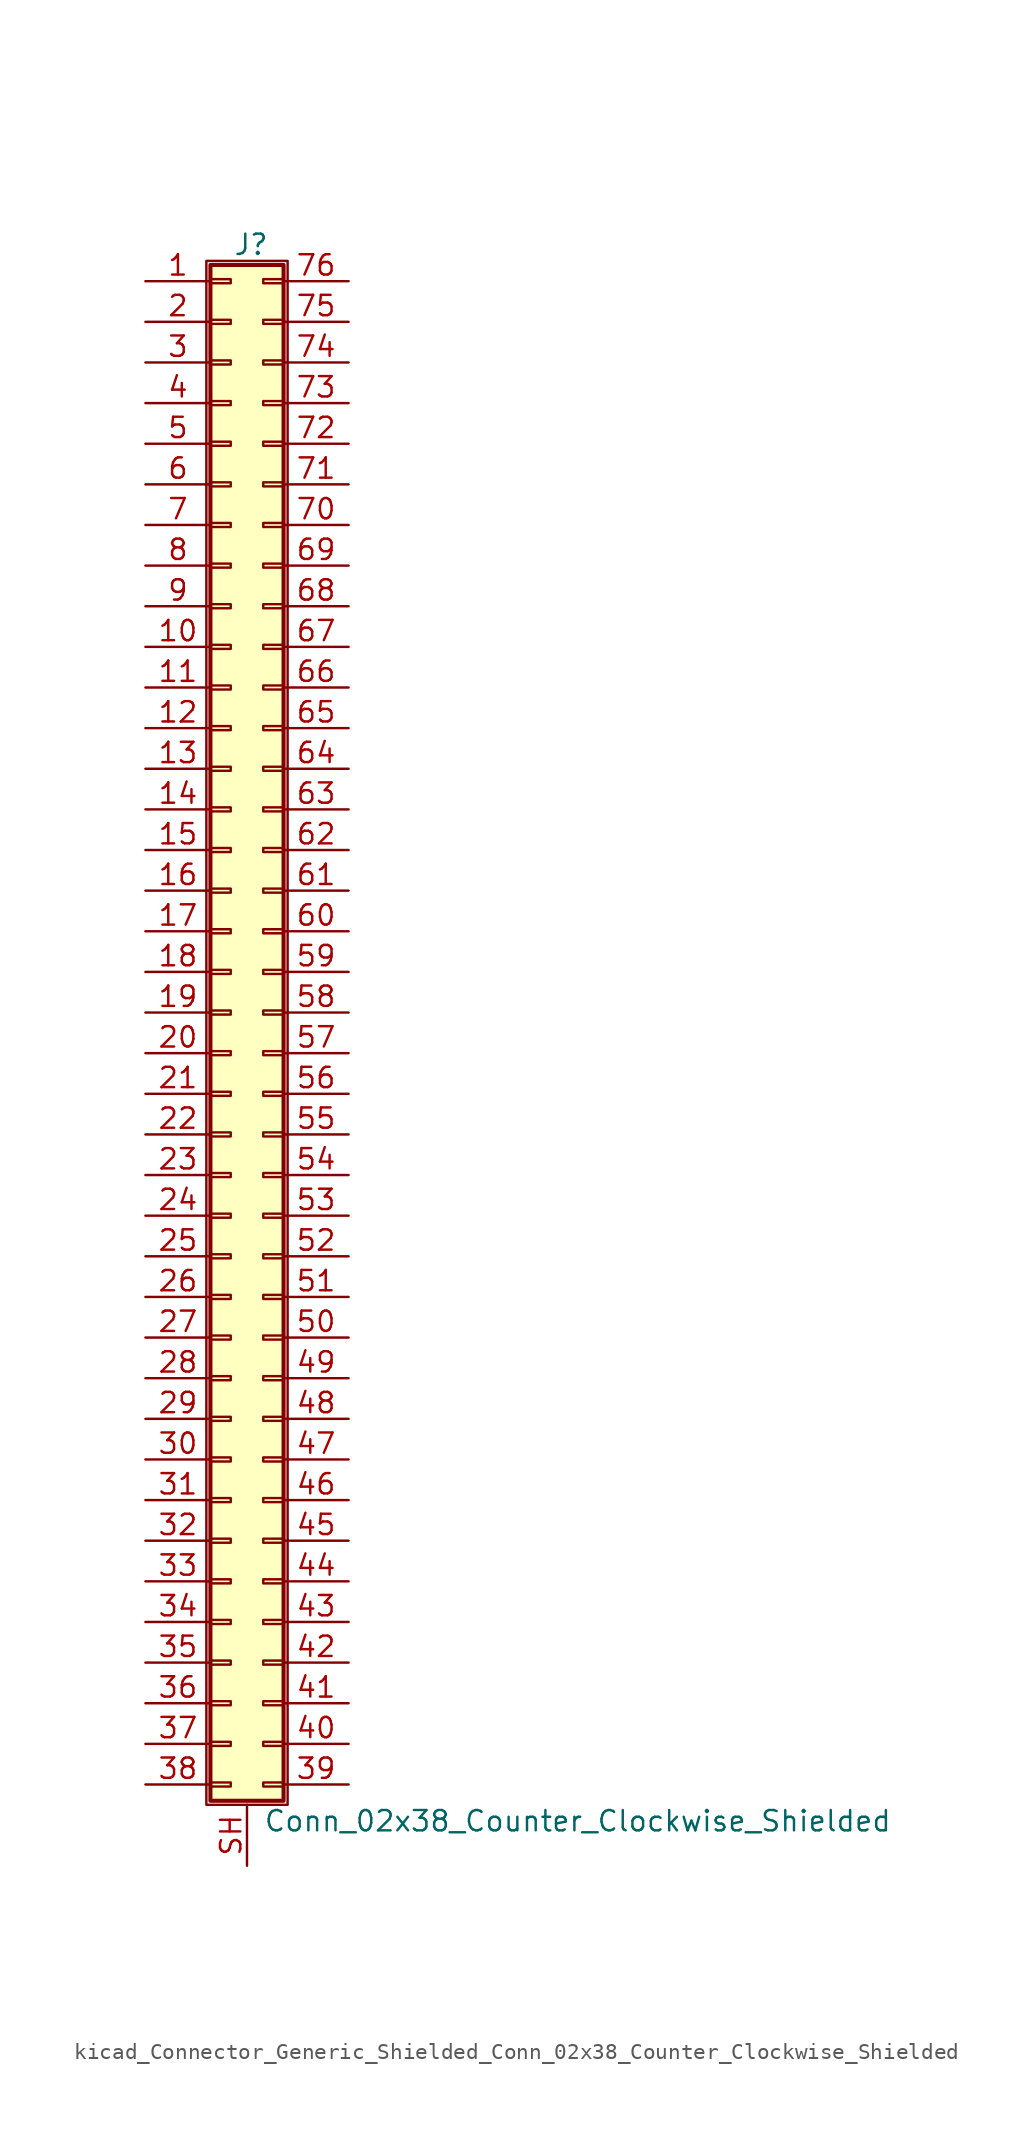
<source format=kicad_sym>
(kicad_symbol_lib
  (version 20220914)
  (generator kicad_symbol_editor)
  (symbol "kicad_Connector_Generic_Shielded_Conn_02x38_Counter_Clockwise_Shielded"
    (pin_names
      (offset 1.016) hide)
    (property "Reference" "J"
      (at 1.524 48.006 0)
      (effects (font (size 1.27 1.27))))
    (property "Value" "Conn_02x38_Counter_Clockwise_Shielded"
      (at 2.286 -50.546 0)
      (effects (font (size 1.27 1.27)) (justify left)))
    (symbol "kicad_Connector_Generic_Shielded_Conn_02x38_Counter_Clockwise_Shielded_1_1"
      (rectangle (start -1.27 46.99) (end 3.81 -49.53) (stroke (width 0.152) (type default)) (fill (type none)))
      (rectangle (start -1.016 -48.133) (end 0.254 -48.387) (stroke (width 0.152) (type default)) (fill (type none)))
      (rectangle (start -1.016 -45.593) (end 0.254 -45.847) (stroke (width 0.152) (type default)) (fill (type none)))
      (rectangle (start -1.016 -43.053) (end 0.254 -43.307) (stroke (width 0.152) (type default)) (fill (type none)))
      (rectangle (start -1.016 -40.513) (end 0.254 -40.767) (stroke (width 0.152) (type default)) (fill (type none)))
      (rectangle (start -1.016 -37.973) (end 0.254 -38.227) (stroke (width 0.152) (type default)) (fill (type none)))
      (rectangle (start -1.016 -35.433) (end 0.254 -35.687) (stroke (width 0.152) (type default)) (fill (type none)))
      (rectangle (start -1.016 -32.893) (end 0.254 -33.147) (stroke (width 0.152) (type default)) (fill (type none)))
      (rectangle (start -1.016 -30.353) (end 0.254 -30.607) (stroke (width 0.152) (type default)) (fill (type none)))
      (rectangle (start -1.016 -27.813) (end 0.254 -28.067) (stroke (width 0.152) (type default)) (fill (type none)))
      (rectangle (start -1.016 -25.273) (end 0.254 -25.527) (stroke (width 0.152) (type default)) (fill (type none)))
      (rectangle (start -1.016 -22.733) (end 0.254 -22.987) (stroke (width 0.152) (type default)) (fill (type none)))
      (rectangle (start -1.016 -20.193) (end 0.254 -20.447) (stroke (width 0.152) (type default)) (fill (type none)))
      (rectangle (start -1.016 -17.653) (end 0.254 -17.907) (stroke (width 0.152) (type default)) (fill (type none)))
      (rectangle (start -1.016 -15.113) (end 0.254 -15.367) (stroke (width 0.152) (type default)) (fill (type none)))
      (rectangle (start -1.016 -12.573) (end 0.254 -12.827) (stroke (width 0.152) (type default)) (fill (type none)))
      (rectangle (start -1.016 -10.033) (end 0.254 -10.287) (stroke (width 0.152) (type default)) (fill (type none)))
      (rectangle (start -1.016 -7.493) (end 0.254 -7.747) (stroke (width 0.152) (type default)) (fill (type none)))
      (rectangle (start -1.016 -4.953) (end 0.254 -5.207) (stroke (width 0.152) (type default)) (fill (type none)))
      (rectangle (start -1.016 -2.413) (end 0.254 -2.667) (stroke (width 0.152) (type default)) (fill (type none)))
      (rectangle (start -1.016 0.127) (end 0.254 -0.127) (stroke (width 0.152) (type default)) (fill (type none)))
      (rectangle (start -1.016 2.667) (end 0.254 2.413) (stroke (width 0.152) (type default)) (fill (type none)))
      (rectangle (start -1.016 5.207) (end 0.254 4.953) (stroke (width 0.152) (type default)) (fill (type none)))
      (rectangle (start -1.016 7.747) (end 0.254 7.493) (stroke (width 0.152) (type default)) (fill (type none)))
      (rectangle (start -1.016 10.287) (end 0.254 10.033) (stroke (width 0.152) (type default)) (fill (type none)))
      (rectangle (start -1.016 12.827) (end 0.254 12.573) (stroke (width 0.152) (type default)) (fill (type none)))
      (rectangle (start -1.016 15.367) (end 0.254 15.113) (stroke (width 0.152) (type default)) (fill (type none)))
      (rectangle (start -1.016 17.907) (end 0.254 17.653) (stroke (width 0.152) (type default)) (fill (type none)))
      (rectangle (start -1.016 20.447) (end 0.254 20.193) (stroke (width 0.152) (type default)) (fill (type none)))
      (rectangle (start -1.016 22.987) (end 0.254 22.733) (stroke (width 0.152) (type default)) (fill (type none)))
      (rectangle (start -1.016 25.527) (end 0.254 25.273) (stroke (width 0.152) (type default)) (fill (type none)))
      (rectangle (start -1.016 28.067) (end 0.254 27.813) (stroke (width 0.152) (type default)) (fill (type none)))
      (rectangle (start -1.016 30.607) (end 0.254 30.353) (stroke (width 0.152) (type default)) (fill (type none)))
      (rectangle (start -1.016 33.147) (end 0.254 32.893) (stroke (width 0.152) (type default)) (fill (type none)))
      (rectangle (start -1.016 35.687) (end 0.254 35.433) (stroke (width 0.152) (type default)) (fill (type none)))
      (rectangle (start -1.016 38.227) (end 0.254 37.973) (stroke (width 0.152) (type default)) (fill (type none)))
      (rectangle (start -1.016 40.767) (end 0.254 40.513) (stroke (width 0.152) (type default)) (fill (type none)))
      (rectangle (start -1.016 43.307) (end 0.254 43.053) (stroke (width 0.152) (type default)) (fill (type none)))
      (rectangle (start -1.016 45.847) (end 0.254 45.593) (stroke (width 0.152) (type default)) (fill (type none)))
      (rectangle (start -1.016 46.736) (end 3.556 -49.276) (stroke (width 0.254) (type default)) (fill (type background)))
      (rectangle (start 3.556 -48.133) (end 2.286 -48.387) (stroke (width 0.152) (type default)) (fill (type none)))
      (rectangle (start 3.556 -45.593) (end 2.286 -45.847) (stroke (width 0.152) (type default)) (fill (type none)))
      (rectangle (start 3.556 -43.053) (end 2.286 -43.307) (stroke (width 0.152) (type default)) (fill (type none)))
      (rectangle (start 3.556 -40.513) (end 2.286 -40.767) (stroke (width 0.152) (type default)) (fill (type none)))
      (rectangle (start 3.556 -37.973) (end 2.286 -38.227) (stroke (width 0.152) (type default)) (fill (type none)))
      (rectangle (start 3.556 -35.433) (end 2.286 -35.687) (stroke (width 0.152) (type default)) (fill (type none)))
      (rectangle (start 3.556 -32.893) (end 2.286 -33.147) (stroke (width 0.152) (type default)) (fill (type none)))
      (rectangle (start 3.556 -30.353) (end 2.286 -30.607) (stroke (width 0.152) (type default)) (fill (type none)))
      (rectangle (start 3.556 -27.813) (end 2.286 -28.067) (stroke (width 0.152) (type default)) (fill (type none)))
      (rectangle (start 3.556 -25.273) (end 2.286 -25.527) (stroke (width 0.152) (type default)) (fill (type none)))
      (rectangle (start 3.556 -22.733) (end 2.286 -22.987) (stroke (width 0.152) (type default)) (fill (type none)))
      (rectangle (start 3.556 -20.193) (end 2.286 -20.447) (stroke (width 0.152) (type default)) (fill (type none)))
      (rectangle (start 3.556 -17.653) (end 2.286 -17.907) (stroke (width 0.152) (type default)) (fill (type none)))
      (rectangle (start 3.556 -15.113) (end 2.286 -15.367) (stroke (width 0.152) (type default)) (fill (type none)))
      (rectangle (start 3.556 -12.573) (end 2.286 -12.827) (stroke (width 0.152) (type default)) (fill (type none)))
      (rectangle (start 3.556 -10.033) (end 2.286 -10.287) (stroke (width 0.152) (type default)) (fill (type none)))
      (rectangle (start 3.556 -7.493) (end 2.286 -7.747) (stroke (width 0.152) (type default)) (fill (type none)))
      (rectangle (start 3.556 -4.953) (end 2.286 -5.207) (stroke (width 0.152) (type default)) (fill (type none)))
      (rectangle (start 3.556 -2.413) (end 2.286 -2.667) (stroke (width 0.152) (type default)) (fill (type none)))
      (rectangle (start 3.556 0.127) (end 2.286 -0.127) (stroke (width 0.152) (type default)) (fill (type none)))
      (rectangle (start 3.556 2.667) (end 2.286 2.413) (stroke (width 0.152) (type default)) (fill (type none)))
      (rectangle (start 3.556 5.207) (end 2.286 4.953) (stroke (width 0.152) (type default)) (fill (type none)))
      (rectangle (start 3.556 7.747) (end 2.286 7.493) (stroke (width 0.152) (type default)) (fill (type none)))
      (rectangle (start 3.556 10.287) (end 2.286 10.033) (stroke (width 0.152) (type default)) (fill (type none)))
      (rectangle (start 3.556 12.827) (end 2.286 12.573) (stroke (width 0.152) (type default)) (fill (type none)))
      (rectangle (start 3.556 15.367) (end 2.286 15.113) (stroke (width 0.152) (type default)) (fill (type none)))
      (rectangle (start 3.556 17.907) (end 2.286 17.653) (stroke (width 0.152) (type default)) (fill (type none)))
      (rectangle (start 3.556 20.447) (end 2.286 20.193) (stroke (width 0.152) (type default)) (fill (type none)))
      (rectangle (start 3.556 22.987) (end 2.286 22.733) (stroke (width 0.152) (type default)) (fill (type none)))
      (rectangle (start 3.556 25.527) (end 2.286 25.273) (stroke (width 0.152) (type default)) (fill (type none)))
      (rectangle (start 3.556 28.067) (end 2.286 27.813) (stroke (width 0.152) (type default)) (fill (type none)))
      (rectangle (start 3.556 30.607) (end 2.286 30.353) (stroke (width 0.152) (type default)) (fill (type none)))
      (rectangle (start 3.556 33.147) (end 2.286 32.893) (stroke (width 0.152) (type default)) (fill (type none)))
      (rectangle (start 3.556 35.687) (end 2.286 35.433) (stroke (width 0.152) (type default)) (fill (type none)))
      (rectangle (start 3.556 38.227) (end 2.286 37.973) (stroke (width 0.152) (type default)) (fill (type none)))
      (rectangle (start 3.556 40.767) (end 2.286 40.513) (stroke (width 0.152) (type default)) (fill (type none)))
      (rectangle (start 3.556 43.307) (end 2.286 43.053) (stroke (width 0.152) (type default)) (fill (type none)))
      (rectangle (start 3.556 45.847) (end 2.286 45.593) (stroke (width 0.152) (type default)) (fill (type none)))
      (pin passive line (at -5.08 45.72 0) (length 4.064) (name "Pin_1" (effects (font (size 1.27 1.27)))) (number "1" (effects (font (size 1.27 1.27)))))
      (pin passive line (at -5.08 22.86 0) (length 4.064) (name "Pin_10" (effects (font (size 1.27 1.27)))) (number "10" (effects (font (size 1.27 1.27)))))
      (pin passive line (at -5.08 20.32 0) (length 4.064) (name "Pin_11" (effects (font (size 1.27 1.27)))) (number "11" (effects (font (size 1.27 1.27)))))
      (pin passive line (at -5.08 17.78 0) (length 4.064) (name "Pin_12" (effects (font (size 1.27 1.27)))) (number "12" (effects (font (size 1.27 1.27)))))
      (pin passive line (at -5.08 15.24 0) (length 4.064) (name "Pin_13" (effects (font (size 1.27 1.27)))) (number "13" (effects (font (size 1.27 1.27)))))
      (pin passive line (at -5.08 12.7 0) (length 4.064) (name "Pin_14" (effects (font (size 1.27 1.27)))) (number "14" (effects (font (size 1.27 1.27)))))
      (pin passive line (at -5.08 10.16 0) (length 4.064) (name "Pin_15" (effects (font (size 1.27 1.27)))) (number "15" (effects (font (size 1.27 1.27)))))
      (pin passive line (at -5.08 7.62 0) (length 4.064) (name "Pin_16" (effects (font (size 1.27 1.27)))) (number "16" (effects (font (size 1.27 1.27)))))
      (pin passive line (at -5.08 5.08 0) (length 4.064) (name "Pin_17" (effects (font (size 1.27 1.27)))) (number "17" (effects (font (size 1.27 1.27)))))
      (pin passive line (at -5.08 2.54 0) (length 4.064) (name "Pin_18" (effects (font (size 1.27 1.27)))) (number "18" (effects (font (size 1.27 1.27)))))
      (pin passive line (at -5.08 0 0) (length 4.064) (name "Pin_19" (effects (font (size 1.27 1.27)))) (number "19" (effects (font (size 1.27 1.27)))))
      (pin passive line (at -5.08 43.18 0) (length 4.064) (name "Pin_2" (effects (font (size 1.27 1.27)))) (number "2" (effects (font (size 1.27 1.27)))))
      (pin passive line (at -5.08 -2.54 0) (length 4.064) (name "Pin_20" (effects (font (size 1.27 1.27)))) (number "20" (effects (font (size 1.27 1.27)))))
      (pin passive line (at -5.08 -5.08 0) (length 4.064) (name "Pin_21" (effects (font (size 1.27 1.27)))) (number "21" (effects (font (size 1.27 1.27)))))
      (pin passive line (at -5.08 -7.62 0) (length 4.064) (name "Pin_22" (effects (font (size 1.27 1.27)))) (number "22" (effects (font (size 1.27 1.27)))))
      (pin passive line (at -5.08 -10.16 0) (length 4.064) (name "Pin_23" (effects (font (size 1.27 1.27)))) (number "23" (effects (font (size 1.27 1.27)))))
      (pin passive line (at -5.08 -12.7 0) (length 4.064) (name "Pin_24" (effects (font (size 1.27 1.27)))) (number "24" (effects (font (size 1.27 1.27)))))
      (pin passive line (at -5.08 -15.24 0) (length 4.064) (name "Pin_25" (effects (font (size 1.27 1.27)))) (number "25" (effects (font (size 1.27 1.27)))))
      (pin passive line (at -5.08 -17.78 0) (length 4.064) (name "Pin_26" (effects (font (size 1.27 1.27)))) (number "26" (effects (font (size 1.27 1.27)))))
      (pin passive line (at -5.08 -20.32 0) (length 4.064) (name "Pin_27" (effects (font (size 1.27 1.27)))) (number "27" (effects (font (size 1.27 1.27)))))
      (pin passive line (at -5.08 -22.86 0) (length 4.064) (name "Pin_28" (effects (font (size 1.27 1.27)))) (number "28" (effects (font (size 1.27 1.27)))))
      (pin passive line (at -5.08 -25.4 0) (length 4.064) (name "Pin_29" (effects (font (size 1.27 1.27)))) (number "29" (effects (font (size 1.27 1.27)))))
      (pin passive line (at -5.08 40.64 0) (length 4.064) (name "Pin_3" (effects (font (size 1.27 1.27)))) (number "3" (effects (font (size 1.27 1.27)))))
      (pin passive line (at -5.08 -27.94 0) (length 4.064) (name "Pin_30" (effects (font (size 1.27 1.27)))) (number "30" (effects (font (size 1.27 1.27)))))
      (pin passive line (at -5.08 -30.48 0) (length 4.064) (name "Pin_31" (effects (font (size 1.27 1.27)))) (number "31" (effects (font (size 1.27 1.27)))))
      (pin passive line (at -5.08 -33.02 0) (length 4.064) (name "Pin_32" (effects (font (size 1.27 1.27)))) (number "32" (effects (font (size 1.27 1.27)))))
      (pin passive line (at -5.08 -35.56 0) (length 4.064) (name "Pin_33" (effects (font (size 1.27 1.27)))) (number "33" (effects (font (size 1.27 1.27)))))
      (pin passive line (at -5.08 -38.1 0) (length 4.064) (name "Pin_34" (effects (font (size 1.27 1.27)))) (number "34" (effects (font (size 1.27 1.27)))))
      (pin passive line (at -5.08 -40.64 0) (length 4.064) (name "Pin_35" (effects (font (size 1.27 1.27)))) (number "35" (effects (font (size 1.27 1.27)))))
      (pin passive line (at -5.08 -43.18 0) (length 4.064) (name "Pin_36" (effects (font (size 1.27 1.27)))) (number "36" (effects (font (size 1.27 1.27)))))
      (pin passive line (at -5.08 -45.72 0) (length 4.064) (name "Pin_37" (effects (font (size 1.27 1.27)))) (number "37" (effects (font (size 1.27 1.27)))))
      (pin passive line (at -5.08 -48.26 0) (length 4.064) (name "Pin_38" (effects (font (size 1.27 1.27)))) (number "38" (effects (font (size 1.27 1.27)))))
      (pin passive line (at 7.62 -48.26 180) (length 4.064) (name "Pin_39" (effects (font (size 1.27 1.27)))) (number "39" (effects (font (size 1.27 1.27)))))
      (pin passive line (at -5.08 38.1 0) (length 4.064) (name "Pin_4" (effects (font (size 1.27 1.27)))) (number "4" (effects (font (size 1.27 1.27)))))
      (pin passive line (at 7.62 -45.72 180) (length 4.064) (name "Pin_40" (effects (font (size 1.27 1.27)))) (number "40" (effects (font (size 1.27 1.27)))))
      (pin passive line (at 7.62 -43.18 180) (length 4.064) (name "Pin_41" (effects (font (size 1.27 1.27)))) (number "41" (effects (font (size 1.27 1.27)))))
      (pin passive line (at 7.62 -40.64 180) (length 4.064) (name "Pin_42" (effects (font (size 1.27 1.27)))) (number "42" (effects (font (size 1.27 1.27)))))
      (pin passive line (at 7.62 -38.1 180) (length 4.064) (name "Pin_43" (effects (font (size 1.27 1.27)))) (number "43" (effects (font (size 1.27 1.27)))))
      (pin passive line (at 7.62 -35.56 180) (length 4.064) (name "Pin_44" (effects (font (size 1.27 1.27)))) (number "44" (effects (font (size 1.27 1.27)))))
      (pin passive line (at 7.62 -33.02 180) (length 4.064) (name "Pin_45" (effects (font (size 1.27 1.27)))) (number "45" (effects (font (size 1.27 1.27)))))
      (pin passive line (at 7.62 -30.48 180) (length 4.064) (name "Pin_46" (effects (font (size 1.27 1.27)))) (number "46" (effects (font (size 1.27 1.27)))))
      (pin passive line (at 7.62 -27.94 180) (length 4.064) (name "Pin_47" (effects (font (size 1.27 1.27)))) (number "47" (effects (font (size 1.27 1.27)))))
      (pin passive line (at 7.62 -25.4 180) (length 4.064) (name "Pin_48" (effects (font (size 1.27 1.27)))) (number "48" (effects (font (size 1.27 1.27)))))
      (pin passive line (at 7.62 -22.86 180) (length 4.064) (name "Pin_49" (effects (font (size 1.27 1.27)))) (number "49" (effects (font (size 1.27 1.27)))))
      (pin passive line (at -5.08 35.56 0) (length 4.064) (name "Pin_5" (effects (font (size 1.27 1.27)))) (number "5" (effects (font (size 1.27 1.27)))))
      (pin passive line (at 7.62 -20.32 180) (length 4.064) (name "Pin_50" (effects (font (size 1.27 1.27)))) (number "50" (effects (font (size 1.27 1.27)))))
      (pin passive line (at 7.62 -17.78 180) (length 4.064) (name "Pin_51" (effects (font (size 1.27 1.27)))) (number "51" (effects (font (size 1.27 1.27)))))
      (pin passive line (at 7.62 -15.24 180) (length 4.064) (name "Pin_52" (effects (font (size 1.27 1.27)))) (number "52" (effects (font (size 1.27 1.27)))))
      (pin passive line (at 7.62 -12.7 180) (length 4.064) (name "Pin_53" (effects (font (size 1.27 1.27)))) (number "53" (effects (font (size 1.27 1.27)))))
      (pin passive line (at 7.62 -10.16 180) (length 4.064) (name "Pin_54" (effects (font (size 1.27 1.27)))) (number "54" (effects (font (size 1.27 1.27)))))
      (pin passive line (at 7.62 -7.62 180) (length 4.064) (name "Pin_55" (effects (font (size 1.27 1.27)))) (number "55" (effects (font (size 1.27 1.27)))))
      (pin passive line (at 7.62 -5.08 180) (length 4.064) (name "Pin_56" (effects (font (size 1.27 1.27)))) (number "56" (effects (font (size 1.27 1.27)))))
      (pin passive line (at 7.62 -2.54 180) (length 4.064) (name "Pin_57" (effects (font (size 1.27 1.27)))) (number "57" (effects (font (size 1.27 1.27)))))
      (pin passive line (at 7.62 0 180) (length 4.064) (name "Pin_58" (effects (font (size 1.27 1.27)))) (number "58" (effects (font (size 1.27 1.27)))))
      (pin passive line (at 7.62 2.54 180) (length 4.064) (name "Pin_59" (effects (font (size 1.27 1.27)))) (number "59" (effects (font (size 1.27 1.27)))))
      (pin passive line (at -5.08 33.02 0) (length 4.064) (name "Pin_6" (effects (font (size 1.27 1.27)))) (number "6" (effects (font (size 1.27 1.27)))))
      (pin passive line (at 7.62 5.08 180) (length 4.064) (name "Pin_60" (effects (font (size 1.27 1.27)))) (number "60" (effects (font (size 1.27 1.27)))))
      (pin passive line (at 7.62 7.62 180) (length 4.064) (name "Pin_61" (effects (font (size 1.27 1.27)))) (number "61" (effects (font (size 1.27 1.27)))))
      (pin passive line (at 7.62 10.16 180) (length 4.064) (name "Pin_62" (effects (font (size 1.27 1.27)))) (number "62" (effects (font (size 1.27 1.27)))))
      (pin passive line (at 7.62 12.7 180) (length 4.064) (name "Pin_63" (effects (font (size 1.27 1.27)))) (number "63" (effects (font (size 1.27 1.27)))))
      (pin passive line (at 7.62 15.24 180) (length 4.064) (name "Pin_64" (effects (font (size 1.27 1.27)))) (number "64" (effects (font (size 1.27 1.27)))))
      (pin passive line (at 7.62 17.78 180) (length 4.064) (name "Pin_65" (effects (font (size 1.27 1.27)))) (number "65" (effects (font (size 1.27 1.27)))))
      (pin passive line (at 7.62 20.32 180) (length 4.064) (name "Pin_66" (effects (font (size 1.27 1.27)))) (number "66" (effects (font (size 1.27 1.27)))))
      (pin passive line (at 7.62 22.86 180) (length 4.064) (name "Pin_67" (effects (font (size 1.27 1.27)))) (number "67" (effects (font (size 1.27 1.27)))))
      (pin passive line (at 7.62 25.4 180) (length 4.064) (name "Pin_68" (effects (font (size 1.27 1.27)))) (number "68" (effects (font (size 1.27 1.27)))))
      (pin passive line (at 7.62 27.94 180) (length 4.064) (name "Pin_69" (effects (font (size 1.27 1.27)))) (number "69" (effects (font (size 1.27 1.27)))))
      (pin passive line (at -5.08 30.48 0) (length 4.064) (name "Pin_7" (effects (font (size 1.27 1.27)))) (number "7" (effects (font (size 1.27 1.27)))))
      (pin passive line (at 7.62 30.48 180) (length 4.064) (name "Pin_70" (effects (font (size 1.27 1.27)))) (number "70" (effects (font (size 1.27 1.27)))))
      (pin passive line (at 7.62 33.02 180) (length 4.064) (name "Pin_71" (effects (font (size 1.27 1.27)))) (number "71" (effects (font (size 1.27 1.27)))))
      (pin passive line (at 7.62 35.56 180) (length 4.064) (name "Pin_72" (effects (font (size 1.27 1.27)))) (number "72" (effects (font (size 1.27 1.27)))))
      (pin passive line (at 7.62 38.1 180) (length 4.064) (name "Pin_73" (effects (font (size 1.27 1.27)))) (number "73" (effects (font (size 1.27 1.27)))))
      (pin passive line (at 7.62 40.64 180) (length 4.064) (name "Pin_74" (effects (font (size 1.27 1.27)))) (number "74" (effects (font (size 1.27 1.27)))))
      (pin passive line (at 7.62 43.18 180) (length 4.064) (name "Pin_75" (effects (font (size 1.27 1.27)))) (number "75" (effects (font (size 1.27 1.27)))))
      (pin passive line (at 7.62 45.72 180) (length 4.064) (name "Pin_76" (effects (font (size 1.27 1.27)))) (number "76" (effects (font (size 1.27 1.27)))))
      (pin passive line (at -5.08 27.94 0) (length 4.064) (name "Pin_8" (effects (font (size 1.27 1.27)))) (number "8" (effects (font (size 1.27 1.27)))))
      (pin passive line (at -5.08 25.4 0) (length 4.064) (name "Pin_9" (effects (font (size 1.27 1.27)))) (number "9" (effects (font (size 1.27 1.27)))))
      (pin passive line (at 1.27 -53.34 90) (length 3.81) (name "Shield" (effects (font (size 1.27 1.27)))) (number "SH" (effects (font (size 1.27 1.27))))))))
</source>
